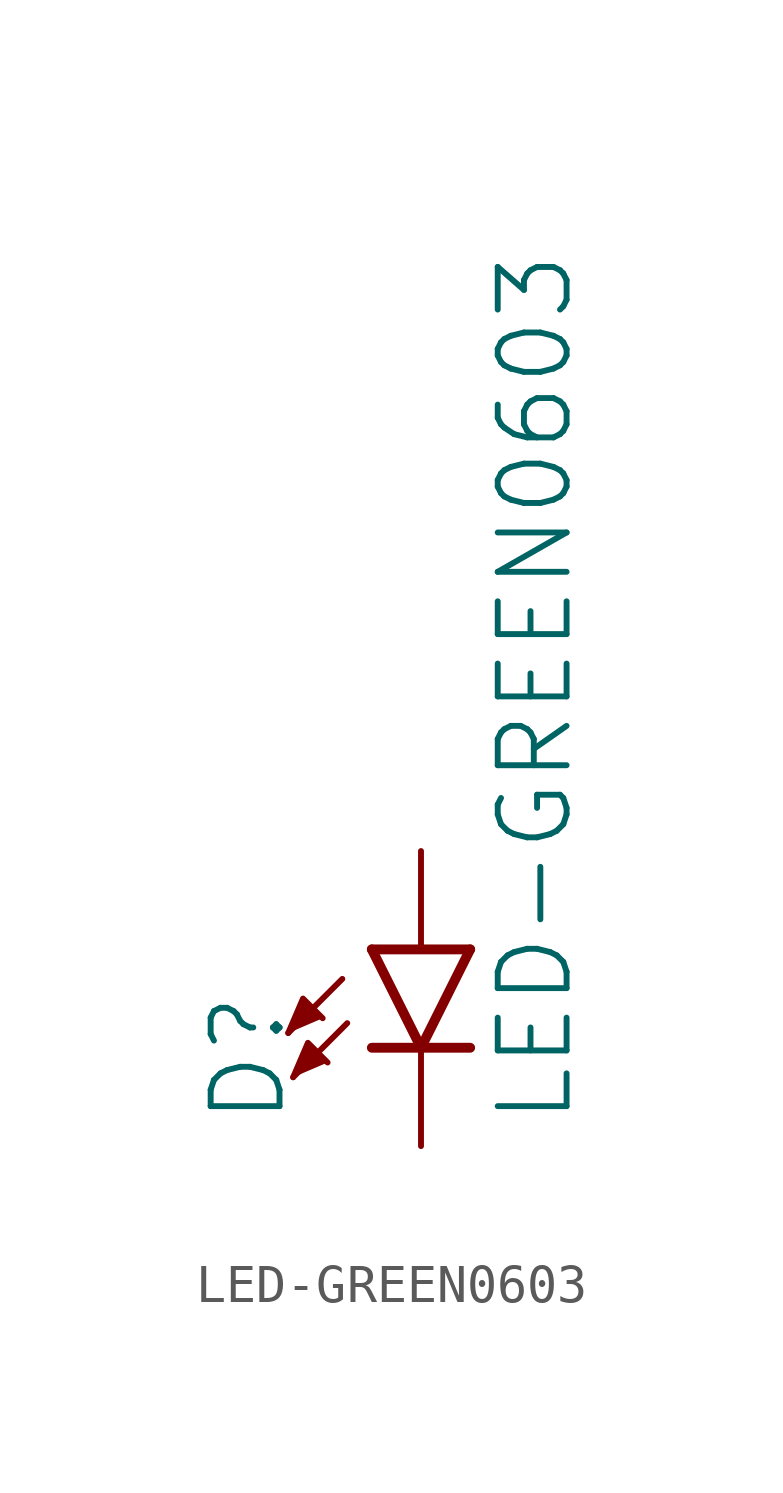
<source format=kicad_sym>
(kicad_symbol_lib
  (version 20211014)
  (generator kicad_symbol_editor)
  (symbol "LED-GREEN0603"
    (property "Reference" "D"
      (at -3.429 -4.572 90)
      (effects (font (size 1.778 1.778)) (justify left bottom)))
    (property "Value" "LED-GREEN0603"
      (at 1.905 -4.572 90)
      (effects (font (size 1.778 1.778)) (justify left top)))
    (property "ki_locked" ""
      (at 0 0 0)
      (effects (font (size 1.27 1.27))))
    (symbol "LED-GREEN0603_1_0"
      (polyline (pts (xy -2.032 -0.762) (xy -3.429 -2.159)) (stroke (width 0.152) (type default) (color 0 0 0 0)) (fill (type none)))
      (polyline (pts (xy -1.905 -1.905) (xy -3.302 -3.302)) (stroke (width 0.152) (type default) (color 0 0 0 0)) (fill (type none)))
      (polyline (pts (xy 0 -2.54) (xy -1.27 -2.54)) (stroke (width 0.254) (type default) (color 0 0 0 0)) (fill (type none)))
      (polyline (pts (xy 0 -2.54) (xy -1.27 0)) (stroke (width 0.254) (type default) (color 0 0 0 0)) (fill (type none)))
      (polyline (pts (xy 1.27 -2.54) (xy 0 -2.54)) (stroke (width 0.254) (type default) (color 0 0 0 0)) (fill (type none)))
      (polyline (pts (xy 1.27 0) (xy -1.27 0)) (stroke (width 0.254) (type default) (color 0 0 0 0)) (fill (type none)))
      (polyline (pts (xy 1.27 0) (xy 0 -2.54)) (stroke (width 0.254) (type default) (color 0 0 0 0)) (fill (type none)))
      (polyline (pts (xy -3.429 -2.159) (xy -3.048 -1.27) (xy -2.54 -1.778)) (stroke (width 0) (type default) (color 0 0 0 0)) (fill (type outline)))
      (polyline (pts (xy -3.302 -3.302) (xy -2.921 -2.413) (xy -2.413 -2.921)) (stroke (width 0) (type default) (color 0 0 0 0)) (fill (type outline)))
      (pin passive line (at 0 2.54 270) (length 2.54) (name "A" (effects (font (size 0 0)))) (number "A" (effects (font (size 0 0)))))
      (pin passive line (at 0 -5.08 90) (length 2.54) (name "C" (effects (font (size 0 0)))) (number "C" (effects (font (size 0 0))))))))
</source>
